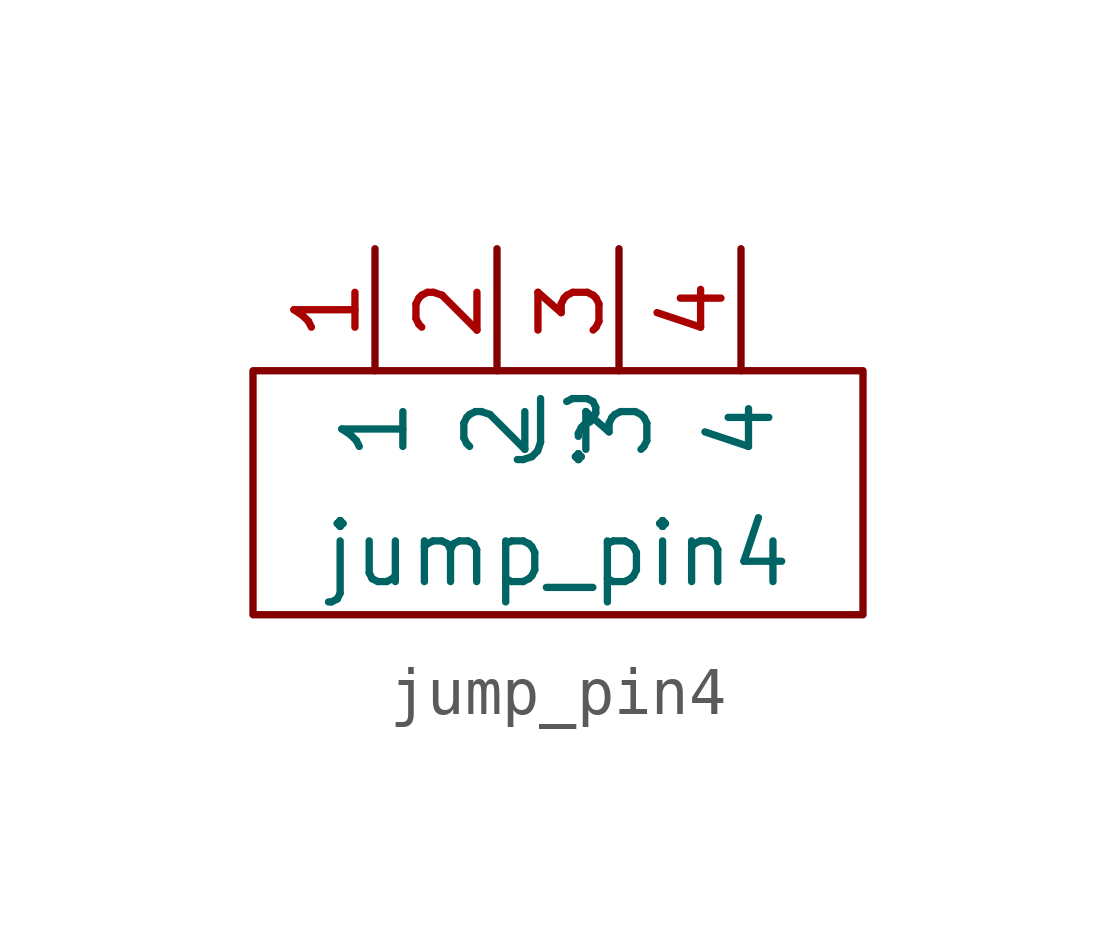
<source format=kicad_sym>
(kicad_symbol_lib
  (version 20211014)
  (generator kicad_symbol_editor)
  (symbol "jump_pin4"
    (property "Reference" "J"
      (at -1.27 1.27 0)
      (effects (font (size 1.27 1.27))))
    (property "Value" "jump_pin4"
      (at -1.27 -1.27 0)
      (effects (font (size 1.27 1.27))))
    (symbol "jump_pin4_0_1"
      (rectangle (start -7.62 2.54) (end 5.08 -2.54) (stroke (width 0) (type default) (color 0 0 0 0)) (fill (type none))))
    (symbol "jump_pin4_1_1"
      (pin passive line (at -5.08 5.08 270) (length 2.54) (name "1" (effects (font (size 1.27 1.27)))) (number "1" (effects (font (size 1.27 1.27)))))
      (pin passive line (at -2.54 5.08 270) (length 2.54) (name "2" (effects (font (size 1.27 1.27)))) (number "2" (effects (font (size 1.27 1.27)))))
      (pin passive line (at 0 5.08 270) (length 2.54) (name "3" (effects (font (size 1.27 1.27)))) (number "3" (effects (font (size 1.27 1.27)))))
      (pin passive line (at 2.54 5.08 270) (length 2.54) (name "4" (effects (font (size 1.27 1.27)))) (number "4" (effects (font (size 1.27 1.27))))))))
</source>
